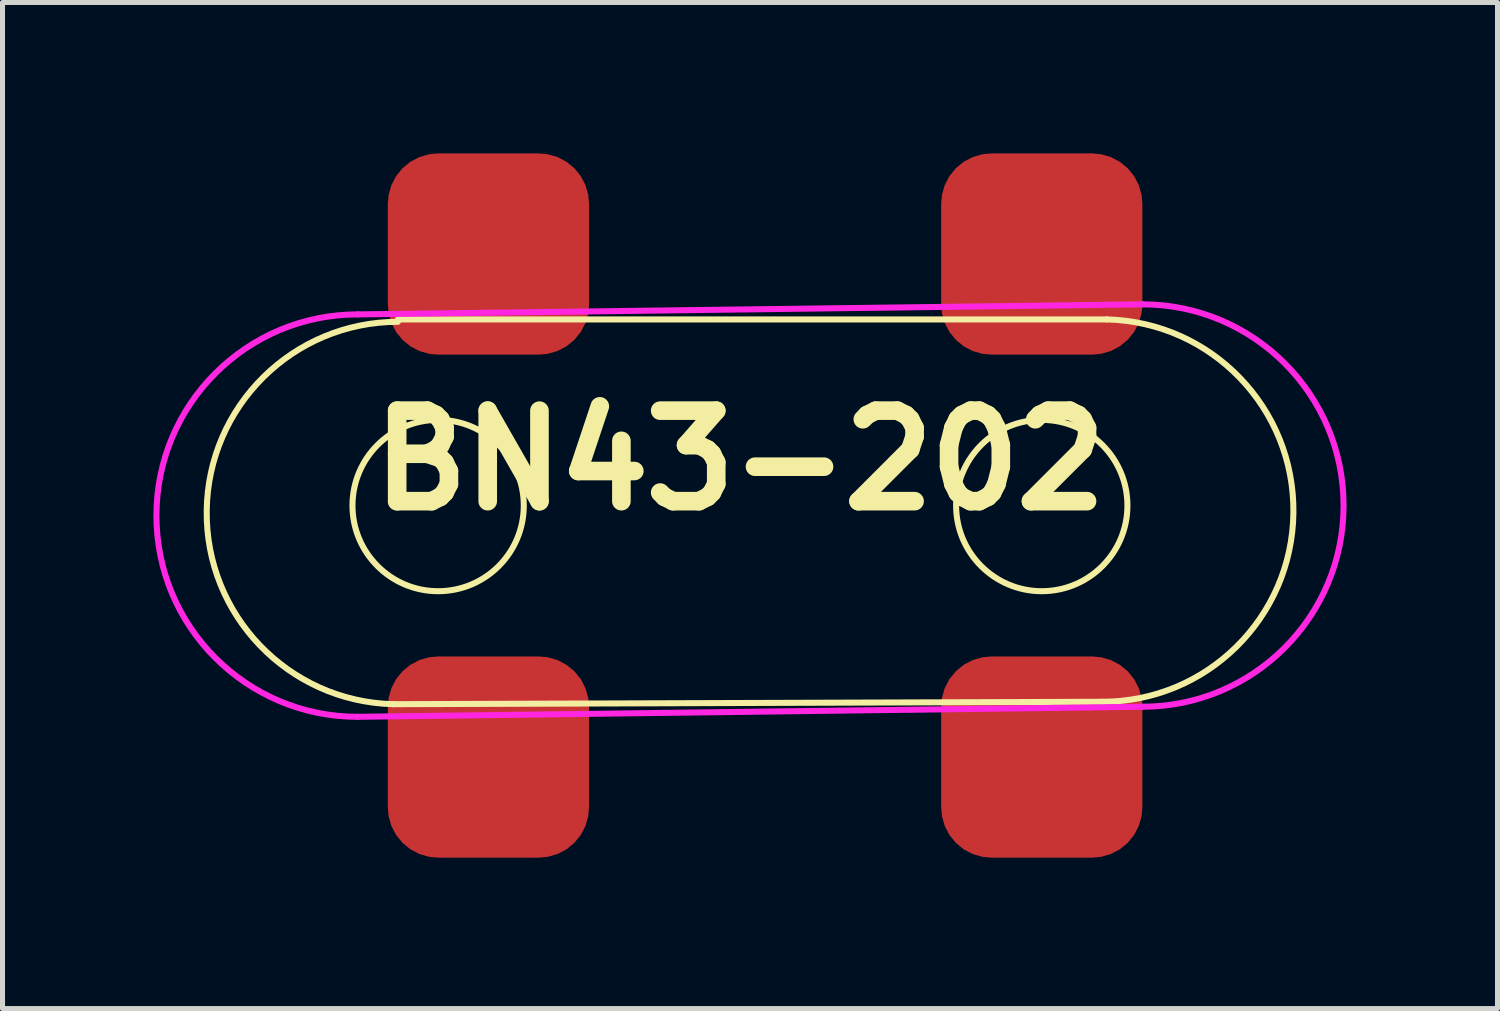
<source format=kicad_pcb>
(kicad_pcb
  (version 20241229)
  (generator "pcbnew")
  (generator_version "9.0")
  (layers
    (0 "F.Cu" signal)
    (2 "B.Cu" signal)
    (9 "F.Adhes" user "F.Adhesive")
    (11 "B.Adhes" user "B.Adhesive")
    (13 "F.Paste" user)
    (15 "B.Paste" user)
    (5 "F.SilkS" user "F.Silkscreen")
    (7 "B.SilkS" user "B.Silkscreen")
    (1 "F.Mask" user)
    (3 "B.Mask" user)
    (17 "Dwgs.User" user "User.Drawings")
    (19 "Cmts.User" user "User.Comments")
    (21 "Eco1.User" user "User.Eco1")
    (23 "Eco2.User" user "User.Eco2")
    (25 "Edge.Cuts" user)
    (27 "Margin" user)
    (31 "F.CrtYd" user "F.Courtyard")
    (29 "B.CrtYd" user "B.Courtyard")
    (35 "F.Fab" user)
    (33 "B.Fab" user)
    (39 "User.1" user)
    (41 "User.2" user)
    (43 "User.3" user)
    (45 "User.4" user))
  (footprint "BN43-202"
    (layer "F.Cu")
    (at 11.66 7)
    (property "Reference" "BN43-202" (at 0 -0.9 0) (unlocked yes) (layer "F.SilkS") (effects (font (size 1.8 1.8) (thickness 0.37))))
    (attr smd)
    (fp_line (start -6.8 -3.7) (end 7.297 -3.7) (stroke (width 0.12) (type default)) (layer "F.SilkS"))
    (fp_line (start 7.199 3.901) (end -6.899 3.949) (stroke (width 0.12) (type default)) (layer "F.SilkS"))
    (fp_arc (start -6.899 3.948915) (mid -10.6 0.1) (end -6.801176 -3.652398) (stroke (width 0.12) (type default)) (layer "F.SilkS"))
    (fp_arc (start 7.296939 -3.700053) (mid 10.997939 0.148862) (end 7.199115 3.90126) (stroke (width 0.12) (type default)) (layer "F.SilkS"))
    (fp_circle (center -6 0) (end -4.7 1.1) (stroke (width 0.12) (type default)) (fill no) (layer "F.SilkS"))
    (fp_circle (center 6 0) (end 7.3 1.1) (stroke (width 0.12) (type default)) (fill no) (layer "F.SilkS"))
    (fp_line (start -7.6 -3.8) (end 8 -4) (stroke (width 0.12) (type default)) (layer "F.CrtYd"))
    (fp_line (start 8 4) (end -7.6 4.2) (stroke (width 0.12) (type default)) (layer "F.CrtYd"))
    (fp_arc (start -7.6 4.2) (mid -11.6 0.2) (end -7.6 -3.8) (stroke (width 0.12) (type default)) (layer "F.CrtYd"))
    (fp_arc (start 8 -4) (mid 12 0) (end 8 4) (stroke (width 0.12) (type default)) (layer "F.CrtYd"))
    (pad "1" smd roundrect (at 6 -5) (size 4 4) (layers "F.Cu" "F.Mask" "F.Paste") (roundrect_rratio 0.25))
    (pad "2" smd roundrect (at -5 -5) (size 4 4) (layers "F.Cu" "F.Mask" "F.Paste") (roundrect_rratio 0.25))
    (pad "3" smd roundrect (at -5 5) (size 4 4) (layers "F.Cu" "F.Mask" "F.Paste") (roundrect_rratio 0.25))
    (pad "4" smd roundrect (at 6 5) (size 4 4) (layers "F.Cu" "F.Mask" "F.Paste") (roundrect_rratio 0.25)))
  (gr_rect
    (start -3 -3)
    (end 26.72 17)
    (stroke (width 0.1) (type default))
    (fill no)
    (layer "Edge.Cuts")))
</source>
